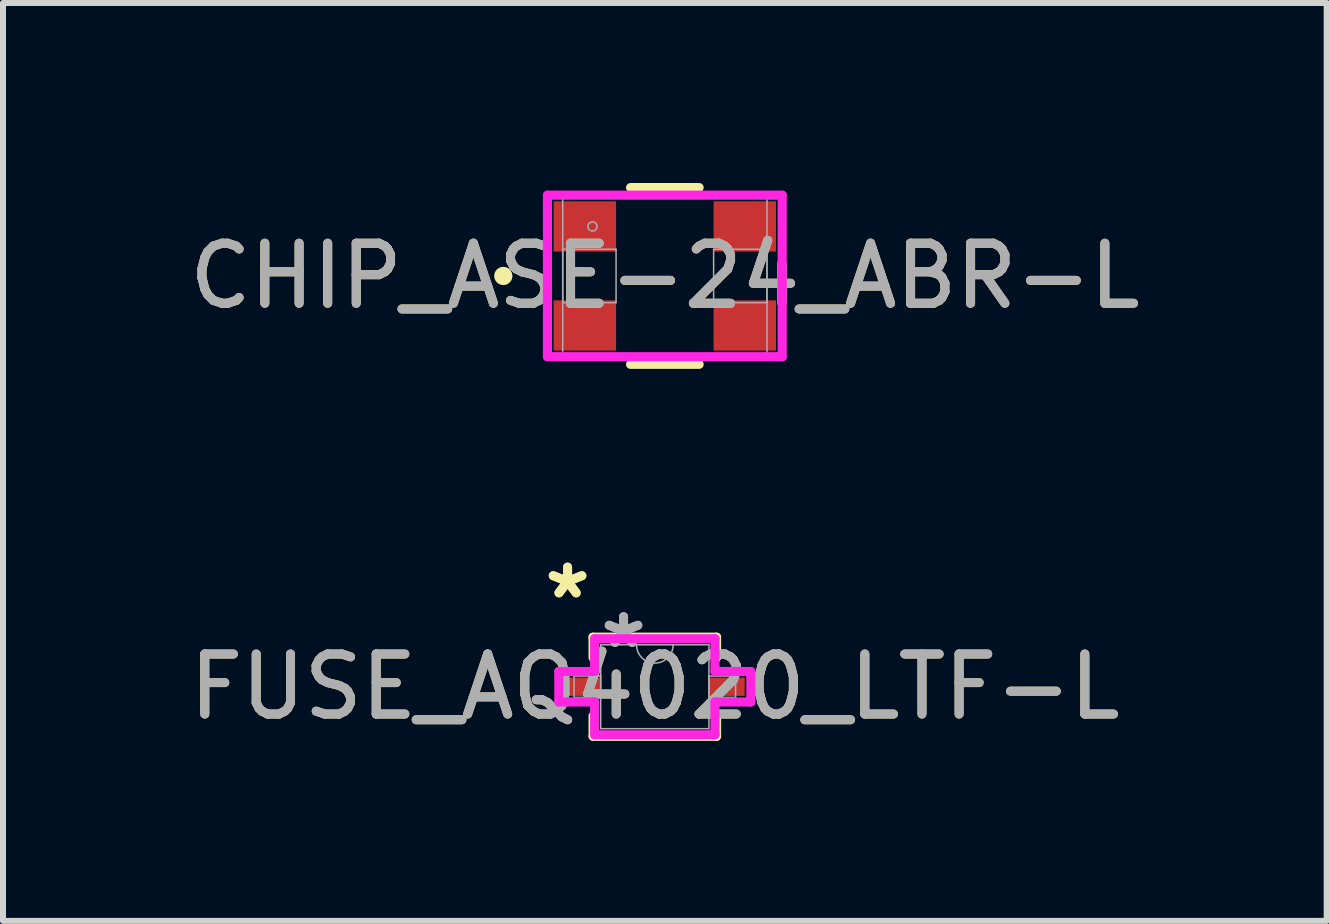
<source format=kicad_pcb>
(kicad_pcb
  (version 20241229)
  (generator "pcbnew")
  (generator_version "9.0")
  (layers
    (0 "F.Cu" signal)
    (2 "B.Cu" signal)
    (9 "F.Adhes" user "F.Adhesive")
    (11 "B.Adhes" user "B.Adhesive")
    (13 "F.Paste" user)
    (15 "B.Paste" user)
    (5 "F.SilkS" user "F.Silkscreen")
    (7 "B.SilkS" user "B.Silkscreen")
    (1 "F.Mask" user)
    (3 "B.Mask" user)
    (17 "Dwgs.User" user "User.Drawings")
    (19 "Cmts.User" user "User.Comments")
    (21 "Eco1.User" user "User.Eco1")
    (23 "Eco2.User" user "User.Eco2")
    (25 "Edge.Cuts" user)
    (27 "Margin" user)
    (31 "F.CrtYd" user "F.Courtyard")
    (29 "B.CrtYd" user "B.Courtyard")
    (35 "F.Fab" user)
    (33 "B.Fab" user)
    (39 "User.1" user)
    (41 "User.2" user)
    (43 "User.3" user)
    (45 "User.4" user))
  (footprint "FUSE_AQ4020_LTF-L"
    (layer "F.Cu")
    (at 7.863 8.395)
    (property "Reference" "FUSE_AQ4020_LTF-L" (at 0 0 0) (unlocked yes) (layer "F.SilkS") (effects (font (size 1 1) (thickness 0.15))))
    (attr smd)
    (fp_line (start -1.029 -0.826) (end -1.029 -0.485) (stroke (width 0.152) (type solid)) (layer "F.SilkS"))
    (fp_line (start -1.029 0.485) (end -1.029 0.826) (stroke (width 0.152) (type solid)) (layer "F.SilkS"))
    (fp_line (start -1.029 0.826) (end 1.029 0.826) (stroke (width 0.152) (type solid)) (layer "F.SilkS"))
    (fp_line (start 1.029 -0.826) (end -1.029 -0.826) (stroke (width 0.152) (type solid)) (layer "F.SilkS"))
    (fp_line (start 1.029 -0.485) (end 1.029 -0.826) (stroke (width 0.152) (type solid)) (layer "F.SilkS"))
    (fp_line (start 1.029 0.826) (end 1.029 0.485) (stroke (width 0.152) (type solid)) (layer "F.SilkS"))
    (fp_line (start -1.6 -0.254) (end -1.003 -0.254) (stroke (width 0.152) (type solid)) (layer "F.CrtYd"))
    (fp_line (start -1.6 0.254) (end -1.6 -0.254) (stroke (width 0.152) (type solid)) (layer "F.CrtYd"))
    (fp_line (start -1.6 0.254) (end -1.003 0.254) (stroke (width 0.152) (type solid)) (layer "F.CrtYd"))
    (fp_line (start -1.003 -0.8) (end 1.003 -0.8) (stroke (width 0.152) (type solid)) (layer "F.CrtYd"))
    (fp_line (start -1.003 -0.254) (end -1.003 -0.8) (stroke (width 0.152) (type solid)) (layer "F.CrtYd"))
    (fp_line (start -1.003 0.8) (end -1.003 0.254) (stroke (width 0.152) (type solid)) (layer "F.CrtYd"))
    (fp_line (start 1.003 -0.8) (end 1.003 -0.254) (stroke (width 0.152) (type solid)) (layer "F.CrtYd"))
    (fp_line (start 1.003 0.254) (end 1.003 0.8) (stroke (width 0.152) (type solid)) (layer "F.CrtYd"))
    (fp_line (start 1.003 0.8) (end -1.003 0.8) (stroke (width 0.152) (type solid)) (layer "F.CrtYd"))
    (fp_line (start 1.6 -0.254) (end 1.003 -0.254) (stroke (width 0.152) (type solid)) (layer "F.CrtYd"))
    (fp_line (start 1.6 -0.254) (end 1.6 0.254) (stroke (width 0.152) (type solid)) (layer "F.CrtYd"))
    (fp_line (start 1.6 0.254) (end 1.003 0.254) (stroke (width 0.152) (type solid)) (layer "F.CrtYd"))
    (fp_line (start -1.346 -0.178) (end -1.346 0.178) (stroke (width 0.025) (type solid)) (layer "F.Fab"))
    (fp_line (start -1.346 0.178) (end -0.902 0.178) (stroke (width 0.025) (type solid)) (layer "F.Fab"))
    (fp_line (start -0.902 -0.699) (end -0.902 0.699) (stroke (width 0.025) (type solid)) (layer "F.Fab"))
    (fp_line (start -0.902 -0.178) (end -1.346 -0.178) (stroke (width 0.025) (type solid)) (layer "F.Fab"))
    (fp_line (start -0.902 0.178) (end -0.902 -0.178) (stroke (width 0.025) (type solid)) (layer "F.Fab"))
    (fp_line (start -0.902 0.699) (end 0.902 0.699) (stroke (width 0.025) (type solid)) (layer "F.Fab"))
    (fp_line (start 0.902 -0.699) (end -0.902 -0.699) (stroke (width 0.025) (type solid)) (layer "F.Fab"))
    (fp_line (start 0.902 -0.178) (end 0.902 0.178) (stroke (width 0.025) (type solid)) (layer "F.Fab"))
    (fp_line (start 0.902 0.178) (end 1.346 0.178) (stroke (width 0.025) (type solid)) (layer "F.Fab"))
    (fp_line (start 0.902 0.699) (end 0.902 -0.699) (stroke (width 0.025) (type solid)) (layer "F.Fab"))
    (fp_line (start 1.346 -0.178) (end 0.902 -0.178) (stroke (width 0.025) (type solid)) (layer "F.Fab"))
    (fp_line (start 1.346 0.178) (end 1.346 -0.178) (stroke (width 0.025) (type solid)) (layer "F.Fab"))
    (fp_arc (start 0.3048 -0.6985) (mid 0 -0.3937) (end -0.3048 -0.6985) (stroke (width 0.0254) (type solid)) (layer "F.Fab"))
    (fp_text user "*" (at -1.454 -1.448 0) (unlocked yes) (layer "F.SilkS") (effects (font (size 1 1) (thickness 0.15))))
    (fp_text user "*" (at -1.454 -1.448 0) (layer "F.SilkS") (effects (font (size 1 1) (thickness 0.15))))
    (fp_text user "*" (at -0.521 -0.622 0) (layer "F.Fab") (effects (font (size 1 1) (thickness 0.15))))
    (fp_text user "*" (at -0.521 -0.622 0) (unlocked yes) (layer "F.Fab") (effects (font (size 1 1) (thickness 0.15))))
    (fp_text user "${REFERENCE}" (at 0 0 0) (unlocked yes) (layer "F.Fab") (effects (font (size 1 1) (thickness 0.15))))
    (pad "1" smd rect (at -1.2 0) (size 0.597 0.305) (layers "F.Cu" "F.Mask" "F.Paste"))
    (pad "2" smd rect (at 1.2 0) (size 0.597 0.305) (layers "F.Cu" "F.Mask" "F.Paste")))
  (footprint "CHIP_ASE-24_ABR-L"
    (layer "F.Cu")
    (at 8.03 1.549)
    (property "Reference" "CHIP_ASE-24_ABR-L" (at 0 0 0) (unlocked yes) (layer "F.SilkS") (effects (font (size 1 1) (thickness 0.15))))
    (attr smd)
    (fp_line (start -0.571 1.473) (end 0.571 1.473) (stroke (width 0.152) (type solid)) (layer "F.SilkS"))
    (fp_line (start 0.571 -1.473) (end -0.571 -1.473) (stroke (width 0.152) (type solid)) (layer "F.SilkS"))
    (fp_circle (center -2.692 0) (end -2.616 0) (stroke (width 0.152) (type solid)) (fill no) (layer "F.SilkS"))
    (fp_line (start -1.956 -1.346) (end 1.956 -1.346) (stroke (width 0.152) (type solid)) (layer "F.CrtYd"))
    (fp_line (start -1.956 1.346) (end -1.956 -1.346) (stroke (width 0.152) (type solid)) (layer "F.CrtYd"))
    (fp_line (start 1.956 -1.346) (end 1.956 1.346) (stroke (width 0.152) (type solid)) (layer "F.CrtYd"))
    (fp_line (start 1.956 1.346) (end -1.956 1.346) (stroke (width 0.152) (type solid)) (layer "F.CrtYd"))
    (fp_line (start -1.702 -1.346) (end -1.702 1.346) (stroke (width 0.025) (type solid)) (layer "F.Fab"))
    (fp_line (start -1.702 -0.445) (end -1.702 0.445) (stroke (width 0.025) (type solid)) (layer "F.Fab"))
    (fp_line (start -1.702 0.445) (end -0.813 0.445) (stroke (width 0.025) (type solid)) (layer "F.Fab"))
    (fp_line (start -1.702 1.346) (end 1.702 1.346) (stroke (width 0.025) (type solid)) (layer "F.Fab"))
    (fp_line (start -0.813 -0.445) (end -1.702 -0.445) (stroke (width 0.025) (type solid)) (layer "F.Fab"))
    (fp_line (start -0.813 0.445) (end -0.813 -0.445) (stroke (width 0.025) (type solid)) (layer "F.Fab"))
    (fp_line (start 0.813 -0.445) (end 0.813 0.445) (stroke (width 0.025) (type solid)) (layer "F.Fab"))
    (fp_line (start 0.813 0.445) (end 1.702 0.445) (stroke (width 0.025) (type solid)) (layer "F.Fab"))
    (fp_line (start 1.702 -1.346) (end -1.702 -1.346) (stroke (width 0.025) (type solid)) (layer "F.Fab"))
    (fp_line (start 1.702 -0.445) (end 0.813 -0.445) (stroke (width 0.025) (type solid)) (layer "F.Fab"))
    (fp_line (start 1.702 0.445) (end 1.702 -0.445) (stroke (width 0.025) (type solid)) (layer "F.Fab"))
    (fp_line (start 1.702 1.346) (end 1.702 -1.346) (stroke (width 0.025) (type solid)) (layer "F.Fab"))
    (fp_circle (center -1.206 -0.825) (end -1.13 -0.825) (stroke (width 0.025) (type solid)) (fill no) (layer "F.Fab"))
    (fp_text user "${REFERENCE}" (at 0 0 0) (unlocked yes) (layer "F.Fab") (effects (font (size 1 1) (thickness 0.15))))
    (pad "1" smd rect (at -1.333 -0.825) (size 1.041 0.838) (layers "F.Cu" "F.Mask" "F.Paste"))
    (pad "2" smd rect (at -1.333 0.825) (size 1.041 0.838) (layers "F.Cu" "F.Mask" "F.Paste"))
    (pad "3" smd rect (at 1.333 0.825) (size 1.041 0.838) (layers "F.Cu" "F.Mask" "F.Paste"))
    (pad "4" smd rect (at 1.333 -0.825) (size 1.041 0.838) (layers "F.Cu" "F.Mask" "F.Paste"))
    (zone (net_name "") (layer "F.Cu") (hatch full 0.508) (connect_pads) (min_thickness 0.254) (filled_areas_thickness no) (keepout (tracks not_allowed) (vias not_allowed) (pads allowed) (copperpour not_allowed) (footprints allowed)) (placement (enabled no)) (fill) (polygon (pts (xy 7.268 0.254) (xy 8.792 0.254) (xy 8.792 2.845) (xy 7.268 2.845)))))
  (gr_rect
    (start -3 -3)
    (end 19.06 12.297)
    (stroke (width 0.1) (type default))
    (fill no)
    (layer "Edge.Cuts")))
</source>
